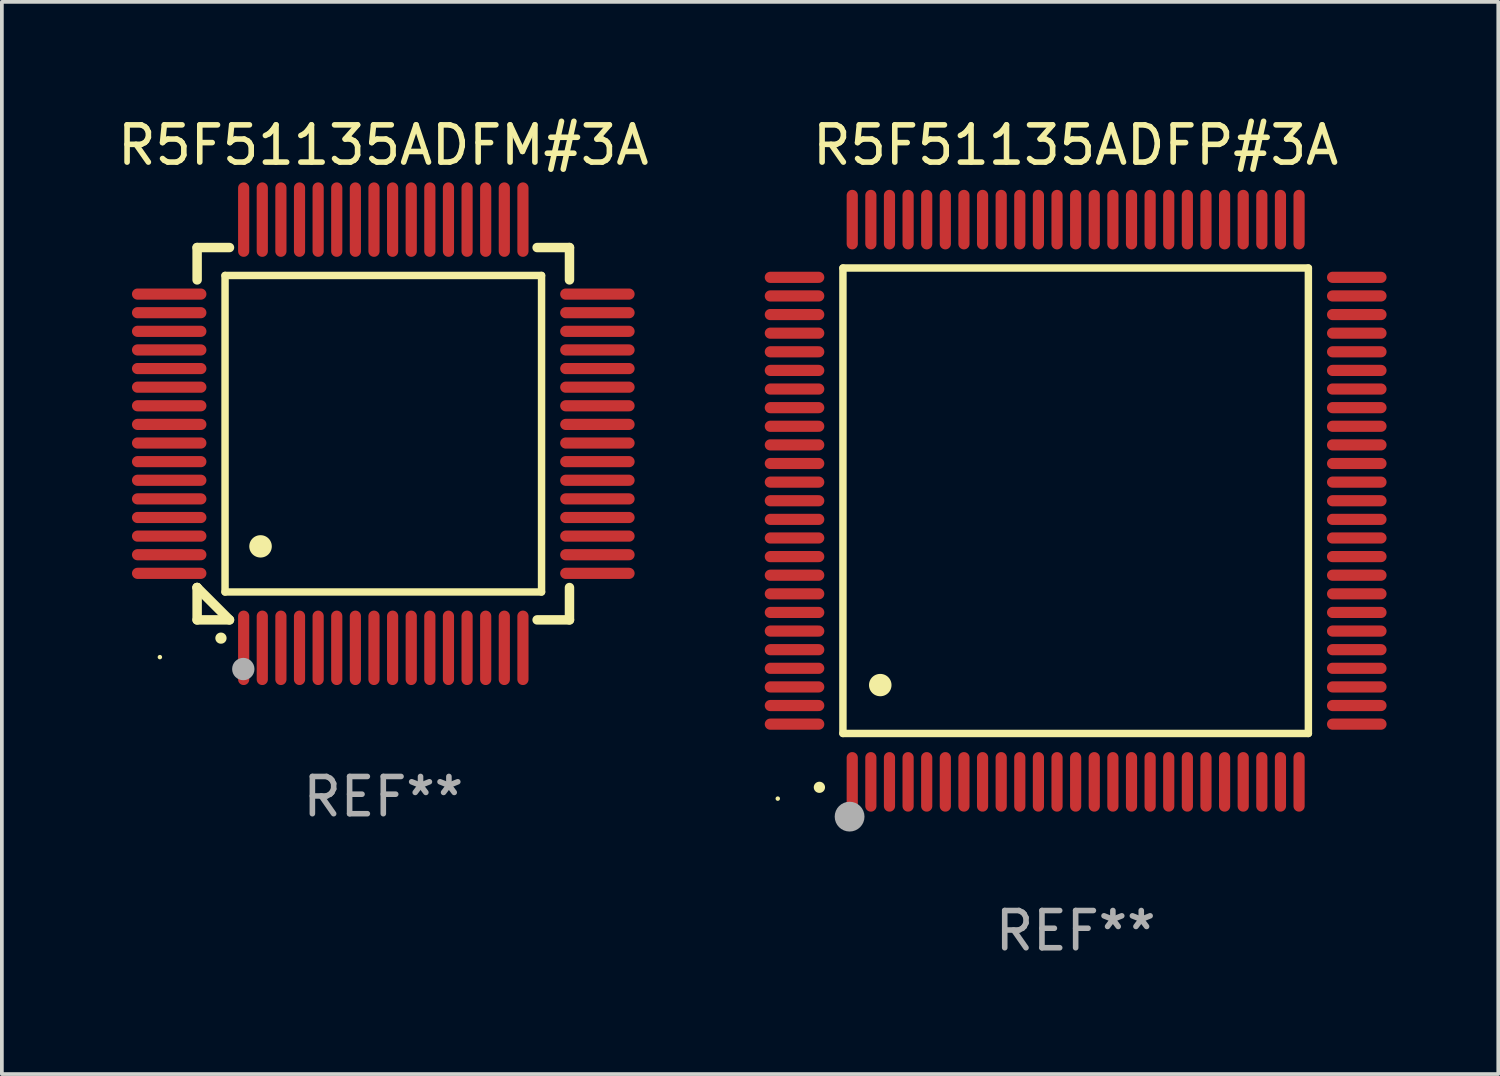
<source format=kicad_pcb>
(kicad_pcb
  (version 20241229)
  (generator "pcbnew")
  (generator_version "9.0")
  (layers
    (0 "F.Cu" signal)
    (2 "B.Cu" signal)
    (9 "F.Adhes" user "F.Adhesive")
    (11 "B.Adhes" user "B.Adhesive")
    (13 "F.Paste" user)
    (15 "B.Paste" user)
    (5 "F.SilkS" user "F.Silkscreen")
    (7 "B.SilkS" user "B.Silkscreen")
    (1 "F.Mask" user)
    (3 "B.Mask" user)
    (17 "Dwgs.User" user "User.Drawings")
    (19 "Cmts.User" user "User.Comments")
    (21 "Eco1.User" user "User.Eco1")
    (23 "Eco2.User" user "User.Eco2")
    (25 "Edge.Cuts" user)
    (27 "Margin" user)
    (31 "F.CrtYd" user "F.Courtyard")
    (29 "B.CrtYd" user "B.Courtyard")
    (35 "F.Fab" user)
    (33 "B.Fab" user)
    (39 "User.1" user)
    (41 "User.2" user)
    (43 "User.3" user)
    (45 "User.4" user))
  (footprint "R5F51135ADFP#3A"
    (layer "F.Cu")
    (at 25.838 10.398)
    (property "Reference" "R5F51135ADFP#3A" (at 0 -9.55 0) (layer "F.SilkS") (effects (font (size 1 1) (thickness 0.15))))
    (attr through_hole)
    (fp_line (start -6.25 -6.25) (end -6.25 6.25) (stroke (width 0.2) (type solid)) (layer "F.SilkS"))
    (fp_line (start -6.25 6.25) (end 6.25 6.25) (stroke (width 0.2) (type solid)) (layer "F.SilkS"))
    (fp_line (start 6.25 -6.25) (end -6.25 -6.25) (stroke (width 0.2) (type solid)) (layer "F.SilkS"))
    (fp_line (start 6.25 6.25) (end 6.25 -6.25) (stroke (width 0.2) (type solid)) (layer "F.SilkS"))
    (fp_arc (start -6.883414 7.696215) (mid -6.882144 7.69621) (end -6.880874 7.696215) (stroke (width 0.3) (type solid)) (layer "F.SilkS"))
    (fp_arc (start -5.250191 4.95047) (mid -5.247651 4.950459) (end -5.245111 4.95047) (stroke (width 0.6) (type solid)) (layer "F.SilkS"))
    (fp_circle (center -8 8) (end -7.97 8) (stroke (width 0.06) (type solid)) (fill no) (layer "F.SilkS"))
    (fp_circle (center -6.071 8.484) (end -5.871 8.484) (stroke (width 0.4) (type solid)) (fill no) (layer "F.Fab"))
    (fp_text user "REF**" (at 0 11.55 0) (layer "F.Fab") (effects (font (size 1 1) (thickness 0.15))))
    (pad "1" smd oval (at -6 7.55) (size 0.3 1.6) (layers "F.Cu" "F.Mask" "F.Paste"))
    (pad "2" smd oval (at -5.5 7.55) (size 0.3 1.6) (layers "F.Cu" "F.Mask" "F.Paste"))
    (pad "3" smd oval (at -5 7.55) (size 0.3 1.6) (layers "F.Cu" "F.Mask" "F.Paste"))
    (pad "4" smd oval (at -4.5 7.55) (size 0.3 1.6) (layers "F.Cu" "F.Mask" "F.Paste"))
    (pad "5" smd oval (at -4 7.55) (size 0.3 1.6) (layers "F.Cu" "F.Mask" "F.Paste"))
    (pad "6" smd oval (at -3.5 7.55) (size 0.3 1.6) (layers "F.Cu" "F.Mask" "F.Paste"))
    (pad "7" smd oval (at -3 7.55) (size 0.3 1.6) (layers "F.Cu" "F.Mask" "F.Paste"))
    (pad "8" smd oval (at -2.5 7.55) (size 0.3 1.6) (layers "F.Cu" "F.Mask" "F.Paste"))
    (pad "9" smd oval (at -2 7.55) (size 0.3 1.6) (layers "F.Cu" "F.Mask" "F.Paste"))
    (pad "10" smd oval (at -1.5 7.55) (size 0.3 1.6) (layers "F.Cu" "F.Mask" "F.Paste"))
    (pad "11" smd oval (at -1 7.55) (size 0.3 1.6) (layers "F.Cu" "F.Mask" "F.Paste"))
    (pad "12" smd oval (at -0.5 7.55) (size 0.3 1.6) (layers "F.Cu" "F.Mask" "F.Paste"))
    (pad "13" smd oval (at 0 7.55) (size 0.3 1.6) (layers "F.Cu" "F.Mask" "F.Paste"))
    (pad "14" smd oval (at 0.5 7.55) (size 0.3 1.6) (layers "F.Cu" "F.Mask" "F.Paste"))
    (pad "15" smd oval (at 1 7.55) (size 0.3 1.6) (layers "F.Cu" "F.Mask" "F.Paste"))
    (pad "16" smd oval (at 1.5 7.55) (size 0.3 1.6) (layers "F.Cu" "F.Mask" "F.Paste"))
    (pad "17" smd oval (at 2 7.55) (size 0.3 1.6) (layers "F.Cu" "F.Mask" "F.Paste"))
    (pad "18" smd oval (at 2.5 7.55) (size 0.3 1.6) (layers "F.Cu" "F.Mask" "F.Paste"))
    (pad "19" smd oval (at 3 7.55) (size 0.3 1.6) (layers "F.Cu" "F.Mask" "F.Paste"))
    (pad "20" smd oval (at 3.5 7.55) (size 0.3 1.6) (layers "F.Cu" "F.Mask" "F.Paste"))
    (pad "21" smd oval (at 4 7.55) (size 0.3 1.6) (layers "F.Cu" "F.Mask" "F.Paste"))
    (pad "22" smd oval (at 4.5 7.55) (size 0.3 1.6) (layers "F.Cu" "F.Mask" "F.Paste"))
    (pad "23" smd oval (at 5 7.55) (size 0.3 1.6) (layers "F.Cu" "F.Mask" "F.Paste"))
    (pad "24" smd oval (at 5.5 7.55) (size 0.3 1.6) (layers "F.Cu" "F.Mask" "F.Paste"))
    (pad "25" smd oval (at 6 7.55) (size 0.3 1.6) (layers "F.Cu" "F.Mask" "F.Paste"))
    (pad "26" smd oval (at 7.55 6) (size 1.6 0.3) (layers "F.Cu" "F.Mask" "F.Paste"))
    (pad "27" smd oval (at 7.55 5.5) (size 1.6 0.3) (layers "F.Cu" "F.Mask" "F.Paste"))
    (pad "28" smd oval (at 7.55 5) (size 1.6 0.3) (layers "F.Cu" "F.Mask" "F.Paste"))
    (pad "29" smd oval (at 7.55 4.5) (size 1.6 0.3) (layers "F.Cu" "F.Mask" "F.Paste"))
    (pad "30" smd oval (at 7.55 4) (size 1.6 0.3) (layers "F.Cu" "F.Mask" "F.Paste"))
    (pad "31" smd oval (at 7.55 3.5) (size 1.6 0.3) (layers "F.Cu" "F.Mask" "F.Paste"))
    (pad "32" smd oval (at 7.55 3) (size 1.6 0.3) (layers "F.Cu" "F.Mask" "F.Paste"))
    (pad "33" smd oval (at 7.55 2.5) (size 1.6 0.3) (layers "F.Cu" "F.Mask" "F.Paste"))
    (pad "34" smd oval (at 7.55 2) (size 1.6 0.3) (layers "F.Cu" "F.Mask" "F.Paste"))
    (pad "35" smd oval (at 7.55 1.5) (size 1.6 0.3) (layers "F.Cu" "F.Mask" "F.Paste"))
    (pad "36" smd oval (at 7.55 1) (size 1.6 0.3) (layers "F.Cu" "F.Mask" "F.Paste"))
    (pad "37" smd oval (at 7.55 0.5) (size 1.6 0.3) (layers "F.Cu" "F.Mask" "F.Paste"))
    (pad "38" smd oval (at 7.55 0) (size 1.6 0.3) (layers "F.Cu" "F.Mask" "F.Paste"))
    (pad "39" smd oval (at 7.55 -0.5) (size 1.6 0.3) (layers "F.Cu" "F.Mask" "F.Paste"))
    (pad "40" smd oval (at 7.55 -1) (size 1.6 0.3) (layers "F.Cu" "F.Mask" "F.Paste"))
    (pad "41" smd oval (at 7.55 -1.5) (size 1.6 0.3) (layers "F.Cu" "F.Mask" "F.Paste"))
    (pad "42" smd oval (at 7.55 -2) (size 1.6 0.3) (layers "F.Cu" "F.Mask" "F.Paste"))
    (pad "43" smd oval (at 7.55 -2.5) (size 1.6 0.3) (layers "F.Cu" "F.Mask" "F.Paste"))
    (pad "44" smd oval (at 7.55 -3) (size 1.6 0.3) (layers "F.Cu" "F.Mask" "F.Paste"))
    (pad "45" smd oval (at 7.55 -3.5) (size 1.6 0.3) (layers "F.Cu" "F.Mask" "F.Paste"))
    (pad "46" smd oval (at 7.55 -4) (size 1.6 0.3) (layers "F.Cu" "F.Mask" "F.Paste"))
    (pad "47" smd oval (at 7.55 -4.5) (size 1.6 0.3) (layers "F.Cu" "F.Mask" "F.Paste"))
    (pad "48" smd oval (at 7.55 -5) (size 1.6 0.3) (layers "F.Cu" "F.Mask" "F.Paste"))
    (pad "49" smd oval (at 7.55 -5.5) (size 1.6 0.3) (layers "F.Cu" "F.Mask" "F.Paste"))
    (pad "50" smd oval (at 7.55 -6) (size 1.6 0.3) (layers "F.Cu" "F.Mask" "F.Paste"))
    (pad "51" smd oval (at 6 -7.55) (size 0.3 1.6) (layers "F.Cu" "F.Mask" "F.Paste"))
    (pad "52" smd oval (at 5.5 -7.55) (size 0.3 1.6) (layers "F.Cu" "F.Mask" "F.Paste"))
    (pad "53" smd oval (at 5 -7.55) (size 0.3 1.6) (layers "F.Cu" "F.Mask" "F.Paste"))
    (pad "54" smd oval (at 4.5 -7.55) (size 0.3 1.6) (layers "F.Cu" "F.Mask" "F.Paste"))
    (pad "55" smd oval (at 4 -7.55) (size 0.3 1.6) (layers "F.Cu" "F.Mask" "F.Paste"))
    (pad "56" smd oval (at 3.5 -7.55) (size 0.3 1.6) (layers "F.Cu" "F.Mask" "F.Paste"))
    (pad "57" smd oval (at 3 -7.55) (size 0.3 1.6) (layers "F.Cu" "F.Mask" "F.Paste"))
    (pad "58" smd oval (at 2.5 -7.55) (size 0.3 1.6) (layers "F.Cu" "F.Mask" "F.Paste"))
    (pad "59" smd oval (at 2 -7.55) (size 0.3 1.6) (layers "F.Cu" "F.Mask" "F.Paste"))
    (pad "60" smd oval (at 1.5 -7.55) (size 0.3 1.6) (layers "F.Cu" "F.Mask" "F.Paste"))
    (pad "61" smd oval (at 1 -7.55) (size 0.3 1.6) (layers "F.Cu" "F.Mask" "F.Paste"))
    (pad "62" smd oval (at 0.5 -7.55) (size 0.3 1.6) (layers "F.Cu" "F.Mask" "F.Paste"))
    (pad "63" smd oval (at 0 -7.55) (size 0.3 1.6) (layers "F.Cu" "F.Mask" "F.Paste"))
    (pad "64" smd oval (at -0.5 -7.55) (size 0.3 1.6) (layers "F.Cu" "F.Mask" "F.Paste"))
    (pad "65" smd oval (at -1 -7.55) (size 0.3 1.6) (layers "F.Cu" "F.Mask" "F.Paste"))
    (pad "66" smd oval (at -1.5 -7.55) (size 0.3 1.6) (layers "F.Cu" "F.Mask" "F.Paste"))
    (pad "67" smd oval (at -2 -7.55) (size 0.3 1.6) (layers "F.Cu" "F.Mask" "F.Paste"))
    (pad "68" smd oval (at -2.5 -7.55) (size 0.3 1.6) (layers "F.Cu" "F.Mask" "F.Paste"))
    (pad "69" smd oval (at -3 -7.55) (size 0.3 1.6) (layers "F.Cu" "F.Mask" "F.Paste"))
    (pad "70" smd oval (at -3.5 -7.55) (size 0.3 1.6) (layers "F.Cu" "F.Mask" "F.Paste"))
    (pad "71" smd oval (at -4 -7.55) (size 0.3 1.6) (layers "F.Cu" "F.Mask" "F.Paste"))
    (pad "72" smd oval (at -4.5 -7.55) (size 0.3 1.6) (layers "F.Cu" "F.Mask" "F.Paste"))
    (pad "73" smd oval (at -5 -7.55) (size 0.3 1.6) (layers "F.Cu" "F.Mask" "F.Paste"))
    (pad "74" smd oval (at -5.5 -7.55) (size 0.3 1.6) (layers "F.Cu" "F.Mask" "F.Paste"))
    (pad "75" smd oval (at -6 -7.55) (size 0.3 1.6) (layers "F.Cu" "F.Mask" "F.Paste"))
    (pad "76" smd oval (at -7.55 -6) (size 1.6 0.3) (layers "F.Cu" "F.Mask" "F.Paste"))
    (pad "77" smd oval (at -7.55 -5.5) (size 1.6 0.3) (layers "F.Cu" "F.Mask" "F.Paste"))
    (pad "78" smd oval (at -7.55 -5) (size 1.6 0.3) (layers "F.Cu" "F.Mask" "F.Paste"))
    (pad "79" smd oval (at -7.55 -4.5) (size 1.6 0.3) (layers "F.Cu" "F.Mask" "F.Paste"))
    (pad "80" smd oval (at -7.55 -4) (size 1.6 0.3) (layers "F.Cu" "F.Mask" "F.Paste"))
    (pad "81" smd oval (at -7.55 -3.5) (size 1.6 0.3) (layers "F.Cu" "F.Mask" "F.Paste"))
    (pad "82" smd oval (at -7.55 -3) (size 1.6 0.3) (layers "F.Cu" "F.Mask" "F.Paste"))
    (pad "83" smd oval (at -7.55 -2.5) (size 1.6 0.3) (layers "F.Cu" "F.Mask" "F.Paste"))
    (pad "84" smd oval (at -7.55 -2) (size 1.6 0.3) (layers "F.Cu" "F.Mask" "F.Paste"))
    (pad "85" smd oval (at -7.55 -1.5) (size 1.6 0.3) (layers "F.Cu" "F.Mask" "F.Paste"))
    (pad "86" smd oval (at -7.55 -1) (size 1.6 0.3) (layers "F.Cu" "F.Mask" "F.Paste"))
    (pad "87" smd oval (at -7.55 -0.5) (size 1.6 0.3) (layers "F.Cu" "F.Mask" "F.Paste"))
    (pad "88" smd oval (at -7.55 0) (size 1.6 0.3) (layers "F.Cu" "F.Mask" "F.Paste"))
    (pad "89" smd oval (at -7.55 0.5) (size 1.6 0.3) (layers "F.Cu" "F.Mask" "F.Paste"))
    (pad "90" smd oval (at -7.55 1) (size 1.6 0.3) (layers "F.Cu" "F.Mask" "F.Paste"))
    (pad "91" smd oval (at -7.55 1.5) (size 1.6 0.3) (layers "F.Cu" "F.Mask" "F.Paste"))
    (pad "92" smd oval (at -7.55 2) (size 1.6 0.3) (layers "F.Cu" "F.Mask" "F.Paste"))
    (pad "93" smd oval (at -7.55 2.5) (size 1.6 0.3) (layers "F.Cu" "F.Mask" "F.Paste"))
    (pad "94" smd oval (at -7.55 3) (size 1.6 0.3) (layers "F.Cu" "F.Mask" "F.Paste"))
    (pad "95" smd oval (at -7.55 3.5) (size 1.6 0.3) (layers "F.Cu" "F.Mask" "F.Paste"))
    (pad "96" smd oval (at -7.55 4) (size 1.6 0.3) (layers "F.Cu" "F.Mask" "F.Paste"))
    (pad "97" smd oval (at -7.55 4.5) (size 1.6 0.3) (layers "F.Cu" "F.Mask" "F.Paste"))
    (pad "98" smd oval (at -7.55 5) (size 1.6 0.3) (layers "F.Cu" "F.Mask" "F.Paste"))
    (pad "99" smd oval (at -7.55 5.5) (size 1.6 0.3) (layers "F.Cu" "F.Mask" "F.Paste"))
    (pad "100" smd oval (at -7.55 6) (size 1.6 0.3) (layers "F.Cu" "F.Mask" "F.Paste")))
  (footprint "R5F51135ADFM#3A"
    (layer "F.Cu")
    (at 7.244 8.598)
    (property "Reference" "R5F51135ADFM#3A" (at 0 -7.75 0) (layer "F.SilkS") (effects (font (size 1 1) (thickness 0.15))))
    (attr through_hole)
    (fp_line (start -5 -5) (end -4.131 -5) (stroke (width 0.254) (type solid)) (layer "F.SilkS"))
    (fp_line (start -5 -4.131) (end -5 -5) (stroke (width 0.254) (type solid)) (layer "F.SilkS"))
    (fp_line (start -5 4.131) (end -5 4.131) (stroke (width 0.254) (type solid)) (layer "F.SilkS"))
    (fp_line (start -5 5) (end -5 4.131) (stroke (width 0.254) (type solid)) (layer "F.SilkS"))
    (fp_line (start -5 4.131) (end -4.131 5) (stroke (width 0.254) (type solid)) (layer "F.SilkS"))
    (fp_line (start -4.25 -4.25) (end -4.25 4.25) (stroke (width 0.2) (type solid)) (layer "F.SilkS"))
    (fp_line (start -4.25 4.25) (end 4.25 4.25) (stroke (width 0.2) (type solid)) (layer "F.SilkS"))
    (fp_line (start -4.131 5) (end -5 5) (stroke (width 0.254) (type solid)) (layer "F.SilkS"))
    (fp_line (start 4.25 -4.25) (end -4.25 -4.25) (stroke (width 0.2) (type solid)) (layer "F.SilkS"))
    (fp_line (start 4.25 4.25) (end 4.25 -4.25) (stroke (width 0.2) (type solid)) (layer "F.SilkS"))
    (fp_line (start 5 -5) (end 4.131 -5) (stroke (width 0.254) (type solid)) (layer "F.SilkS"))
    (fp_line (start 5 -5) (end 5 -4.131) (stroke (width 0.254) (type solid)) (layer "F.SilkS"))
    (fp_line (start 5 4.131) (end 5 5) (stroke (width 0.254) (type solid)) (layer "F.SilkS"))
    (fp_line (start 5 5) (end 4.131 5) (stroke (width 0.254) (type solid)) (layer "F.SilkS"))
    (fp_arc (start -4.361265 5.489992) (mid -4.359995 5.489987) (end -4.358725 5.489992) (stroke (width 0.3) (type solid)) (layer "F.SilkS"))
    (fp_arc (start -3.299467 3.025146) (mid -3.296927 3.025135) (end -3.294387 3.025146) (stroke (width 0.6) (type solid)) (layer "F.SilkS"))
    (fp_circle (center -6 6) (end -5.97 6) (stroke (width 0.06) (type solid)) (fill no) (layer "F.SilkS"))
    (fp_circle (center -3.76 6.32) (end -3.61 6.32) (stroke (width 0.3) (type solid)) (fill no) (layer "F.Fab"))
    (fp_text user "REF**" (at 0 9.75 0) (layer "F.Fab") (effects (font (size 1 1) (thickness 0.15))))
    (pad "1" smd oval (at -3.75 5.75) (size 0.3 2) (layers "F.Cu" "F.Mask" "F.Paste"))
    (pad "2" smd oval (at -3.25 5.75) (size 0.3 2) (layers "F.Cu" "F.Mask" "F.Paste"))
    (pad "3" smd oval (at -2.75 5.75) (size 0.3 2) (layers "F.Cu" "F.Mask" "F.Paste"))
    (pad "4" smd oval (at -2.25 5.75) (size 0.3 2) (layers "F.Cu" "F.Mask" "F.Paste"))
    (pad "5" smd oval (at -1.75 5.75) (size 0.3 2) (layers "F.Cu" "F.Mask" "F.Paste"))
    (pad "6" smd oval (at -1.25 5.75) (size 0.3 2) (layers "F.Cu" "F.Mask" "F.Paste"))
    (pad "7" smd oval (at -0.75 5.75) (size 0.3 2) (layers "F.Cu" "F.Mask" "F.Paste"))
    (pad "8" smd oval (at -0.25 5.75) (size 0.3 2) (layers "F.Cu" "F.Mask" "F.Paste"))
    (pad "9" smd oval (at 0.25 5.75) (size 0.3 2) (layers "F.Cu" "F.Mask" "F.Paste"))
    (pad "10" smd oval (at 0.75 5.75) (size 0.3 2) (layers "F.Cu" "F.Mask" "F.Paste"))
    (pad "11" smd oval (at 1.25 5.75) (size 0.3 2) (layers "F.Cu" "F.Mask" "F.Paste"))
    (pad "12" smd oval (at 1.75 5.75) (size 0.3 2) (layers "F.Cu" "F.Mask" "F.Paste"))
    (pad "13" smd oval (at 2.25 5.75) (size 0.3 2) (layers "F.Cu" "F.Mask" "F.Paste"))
    (pad "14" smd oval (at 2.75 5.75) (size 0.3 2) (layers "F.Cu" "F.Mask" "F.Paste"))
    (pad "15" smd oval (at 3.25 5.75) (size 0.3 2) (layers "F.Cu" "F.Mask" "F.Paste"))
    (pad "16" smd oval (at 3.75 5.75) (size 0.3 2) (layers "F.Cu" "F.Mask" "F.Paste"))
    (pad "17" smd oval (at 5.75 3.75) (size 2 0.3) (layers "F.Cu" "F.Mask" "F.Paste"))
    (pad "18" smd oval (at 5.75 3.25) (size 2 0.3) (layers "F.Cu" "F.Mask" "F.Paste"))
    (pad "19" smd oval (at 5.75 2.75) (size 2 0.3) (layers "F.Cu" "F.Mask" "F.Paste"))
    (pad "20" smd oval (at 5.75 2.25) (size 2 0.3) (layers "F.Cu" "F.Mask" "F.Paste"))
    (pad "21" smd oval (at 5.75 1.75) (size 2 0.3) (layers "F.Cu" "F.Mask" "F.Paste"))
    (pad "22" smd oval (at 5.75 1.25) (size 2 0.3) (layers "F.Cu" "F.Mask" "F.Paste"))
    (pad "23" smd oval (at 5.75 0.75) (size 2 0.3) (layers "F.Cu" "F.Mask" "F.Paste"))
    (pad "24" smd oval (at 5.75 0.25) (size 2 0.3) (layers "F.Cu" "F.Mask" "F.Paste"))
    (pad "25" smd oval (at 5.75 -0.25) (size 2 0.3) (layers "F.Cu" "F.Mask" "F.Paste"))
    (pad "26" smd oval (at 5.75 -0.75) (size 2 0.3) (layers "F.Cu" "F.Mask" "F.Paste"))
    (pad "27" smd oval (at 5.75 -1.25) (size 2 0.3) (layers "F.Cu" "F.Mask" "F.Paste"))
    (pad "28" smd oval (at 5.75 -1.75) (size 2 0.3) (layers "F.Cu" "F.Mask" "F.Paste"))
    (pad "29" smd oval (at 5.75 -2.25) (size 2 0.3) (layers "F.Cu" "F.Mask" "F.Paste"))
    (pad "30" smd oval (at 5.75 -2.75) (size 2 0.3) (layers "F.Cu" "F.Mask" "F.Paste"))
    (pad "31" smd oval (at 5.75 -3.25) (size 2 0.3) (layers "F.Cu" "F.Mask" "F.Paste"))
    (pad "32" smd oval (at 5.75 -3.75) (size 2 0.3) (layers "F.Cu" "F.Mask" "F.Paste"))
    (pad "33" smd oval (at 3.75 -5.75) (size 0.3 2) (layers "F.Cu" "F.Mask" "F.Paste"))
    (pad "34" smd oval (at 3.25 -5.75) (size 0.3 2) (layers "F.Cu" "F.Mask" "F.Paste"))
    (pad "35" smd oval (at 2.75 -5.75) (size 0.3 2) (layers "F.Cu" "F.Mask" "F.Paste"))
    (pad "36" smd oval (at 2.25 -5.75) (size 0.3 2) (layers "F.Cu" "F.Mask" "F.Paste"))
    (pad "37" smd oval (at 1.75 -5.75) (size 0.3 2) (layers "F.Cu" "F.Mask" "F.Paste"))
    (pad "38" smd oval (at 1.25 -5.75) (size 0.3 2) (layers "F.Cu" "F.Mask" "F.Paste"))
    (pad "39" smd oval (at 0.75 -5.75) (size 0.3 2) (layers "F.Cu" "F.Mask" "F.Paste"))
    (pad "40" smd oval (at 0.25 -5.75) (size 0.3 2) (layers "F.Cu" "F.Mask" "F.Paste"))
    (pad "41" smd oval (at -0.25 -5.75) (size 0.3 2) (layers "F.Cu" "F.Mask" "F.Paste"))
    (pad "42" smd oval (at -0.75 -5.75) (size 0.3 2) (layers "F.Cu" "F.Mask" "F.Paste"))
    (pad "43" smd oval (at -1.25 -5.75) (size 0.3 2) (layers "F.Cu" "F.Mask" "F.Paste"))
    (pad "44" smd oval (at -1.75 -5.75) (size 0.3 2) (layers "F.Cu" "F.Mask" "F.Paste"))
    (pad "45" smd oval (at -2.25 -5.75) (size 0.3 2) (layers "F.Cu" "F.Mask" "F.Paste"))
    (pad "46" smd oval (at -2.75 -5.75) (size 0.3 2) (layers "F.Cu" "F.Mask" "F.Paste"))
    (pad "47" smd oval (at -3.25 -5.75) (size 0.3 2) (layers "F.Cu" "F.Mask" "F.Paste"))
    (pad "48" smd oval (at -3.75 -5.75) (size 0.3 2) (layers "F.Cu" "F.Mask" "F.Paste"))
    (pad "49" smd oval (at -5.75 -3.75) (size 2 0.3) (layers "F.Cu" "F.Mask" "F.Paste"))
    (pad "50" smd oval (at -5.75 -3.25) (size 2 0.3) (layers "F.Cu" "F.Mask" "F.Paste"))
    (pad "51" smd oval (at -5.75 -2.75) (size 2 0.3) (layers "F.Cu" "F.Mask" "F.Paste"))
    (pad "52" smd oval (at -5.75 -2.25) (size 2 0.3) (layers "F.Cu" "F.Mask" "F.Paste"))
    (pad "53" smd oval (at -5.75 -1.75) (size 2 0.3) (layers "F.Cu" "F.Mask" "F.Paste"))
    (pad "54" smd oval (at -5.75 -1.25) (size 2 0.3) (layers "F.Cu" "F.Mask" "F.Paste"))
    (pad "55" smd oval (at -5.75 -0.75) (size 2 0.3) (layers "F.Cu" "F.Mask" "F.Paste"))
    (pad "56" smd oval (at -5.75 -0.25) (size 2 0.3) (layers "F.Cu" "F.Mask" "F.Paste"))
    (pad "57" smd oval (at -5.75 0.25) (size 2 0.3) (layers "F.Cu" "F.Mask" "F.Paste"))
    (pad "58" smd oval (at -5.75 0.75) (size 2 0.3) (layers "F.Cu" "F.Mask" "F.Paste"))
    (pad "59" smd oval (at -5.75 1.25) (size 2 0.3) (layers "F.Cu" "F.Mask" "F.Paste"))
    (pad "60" smd oval (at -5.75 1.75) (size 2 0.3) (layers "F.Cu" "F.Mask" "F.Paste"))
    (pad "61" smd oval (at -5.75 2.25) (size 2 0.3) (layers "F.Cu" "F.Mask" "F.Paste"))
    (pad "62" smd oval (at -5.75 2.75) (size 2 0.3) (layers "F.Cu" "F.Mask" "F.Paste"))
    (pad "63" smd oval (at -5.75 3.25) (size 2 0.3) (layers "F.Cu" "F.Mask" "F.Paste"))
    (pad "64" smd oval (at -5.75 3.75) (size 2 0.3) (layers "F.Cu" "F.Mask" "F.Paste")))
  (gr_rect
    (start -3 -3)
    (end 37.188 25.796)
    (stroke (width 0.1) (type default))
    (fill no)
    (layer "Edge.Cuts")))
</source>
